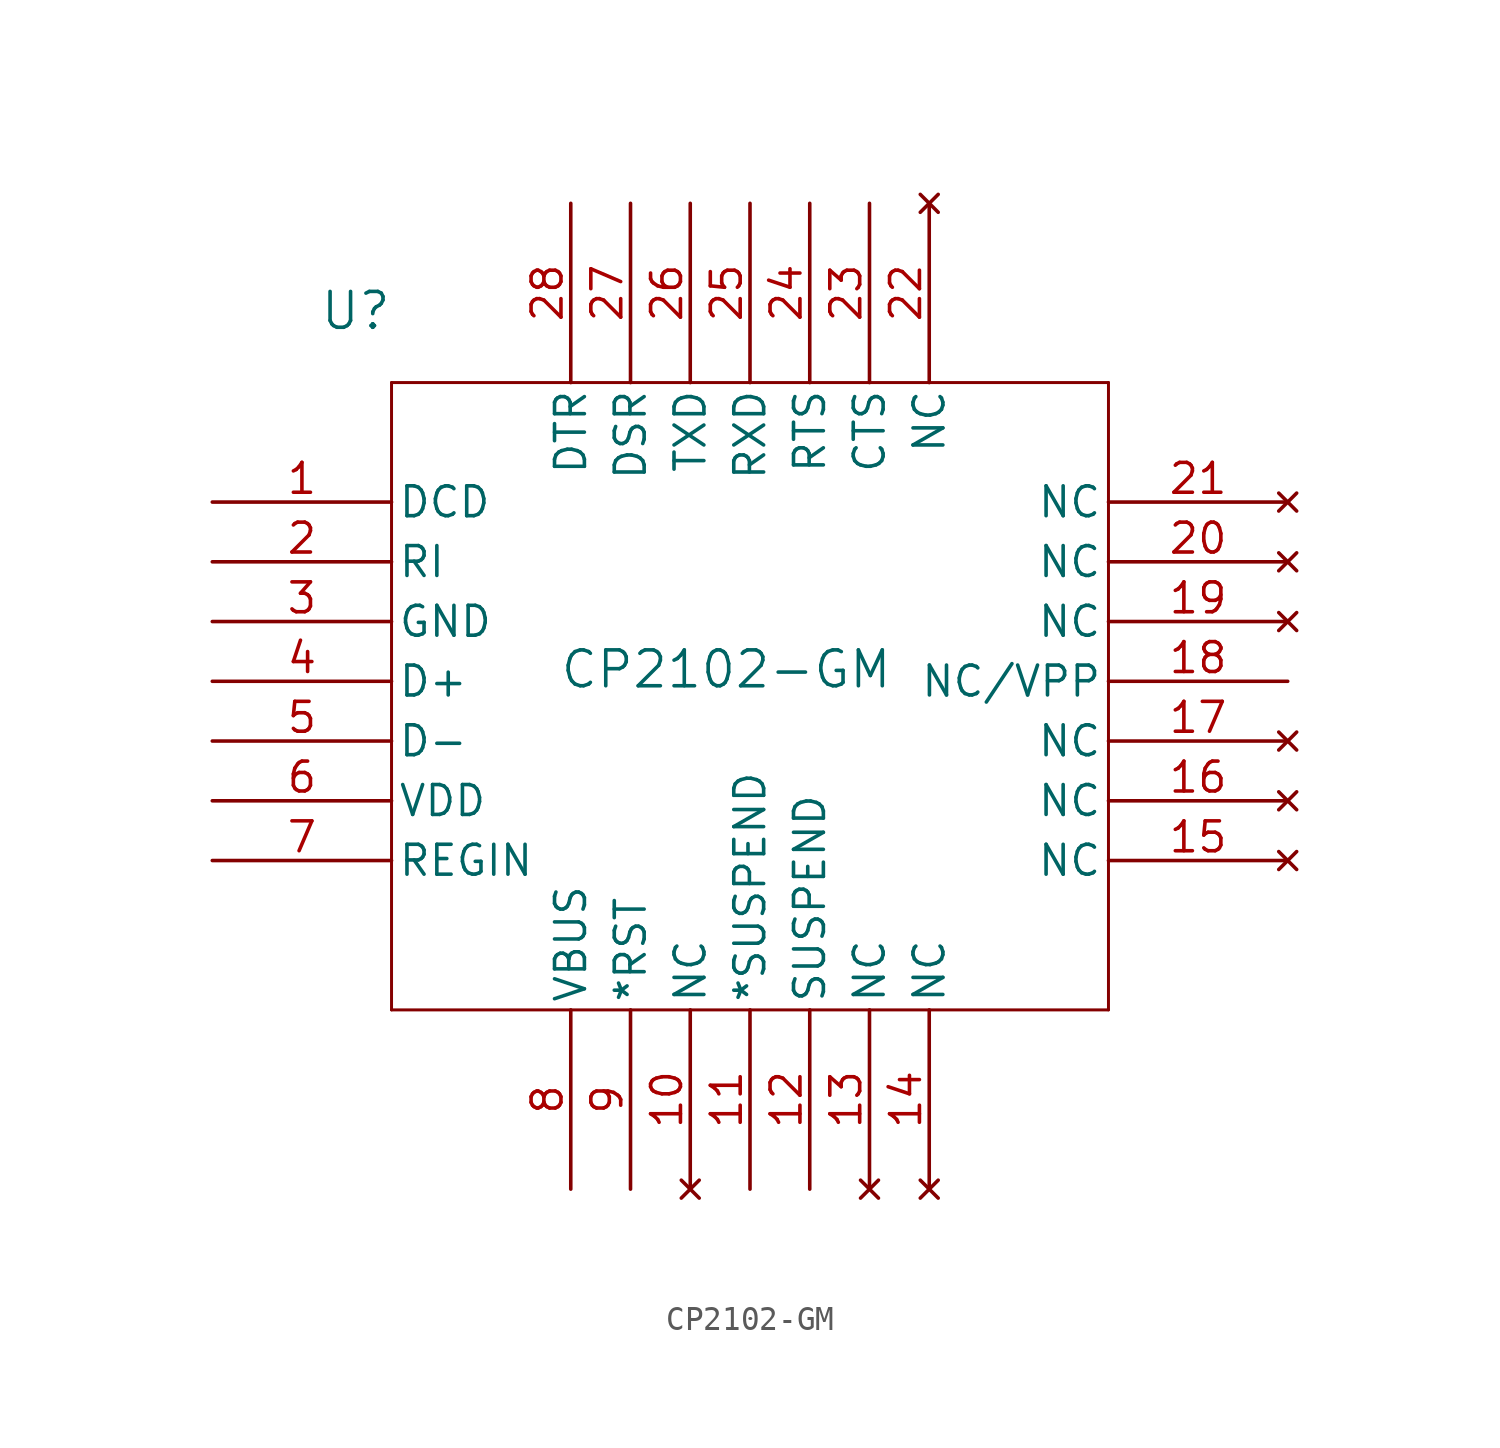
<source format=kicad_sym>
(kicad_symbol_lib
  (version 20231120)
  (generator "kicad_symbol_editor")
  (generator_version "8.0")
  (symbol "CP2102-GM"
    (pin_names
      (offset 0.254))
    (property "Reference" "U"
      (at 18.796 1.778 0)
      (effects (font (size 1.524 1.524))))
    (property "Value" "CP2102-GM"
      (at 34.544 -13.462 0)
      (effects (font (size 1.524 1.524))))
    (property "ki_locked" ""
      (at 0 0 0)
      (effects (font (size 1.27 1.27))))
    (symbol "CP2102-GM_0_1"
      (polyline (pts (xy 20.32 -27.94) (xy 50.8 -27.94)) (stroke (width 0.127) (type default)) (fill (type none)))
      (polyline (pts (xy 20.32 -1.27) (xy 20.32 -27.94)) (stroke (width 0.127) (type default)) (fill (type none)))
      (polyline (pts (xy 50.8 -27.94) (xy 50.8 -1.27)) (stroke (width 0.127) (type default)) (fill (type none)))
      (polyline (pts (xy 50.8 -1.27) (xy 20.32 -1.27)) (stroke (width 0.127) (type default)) (fill (type none)))
      (pin input line (at 12.7 -6.35 0) (length 7.62) (name "DCD" (effects (font (size 1.27 1.27)))) (number "1" (effects (font (size 1.27 1.27)))))
      (pin no_connect line (at 33.02 -35.56 90) (length 7.62) (name "NC" (effects (font (size 1.27 1.27)))) (number "10" (effects (font (size 1.27 1.27)))))
      (pin output line (at 35.56 -35.56 90) (length 7.62) (name "*SUSPEND" (effects (font (size 1.27 1.27)))) (number "11" (effects (font (size 1.27 1.27)))))
      (pin output line (at 38.1 -35.56 90) (length 7.62) (name "SUSPEND" (effects (font (size 1.27 1.27)))) (number "12" (effects (font (size 1.27 1.27)))))
      (pin no_connect line (at 40.64 -35.56 90) (length 7.62) (name "NC" (effects (font (size 1.27 1.27)))) (number "13" (effects (font (size 1.27 1.27)))))
      (pin no_connect line (at 43.18 -35.56 90) (length 7.62) (name "NC" (effects (font (size 1.27 1.27)))) (number "14" (effects (font (size 1.27 1.27)))))
      (pin no_connect line (at 58.42 -21.59 180) (length 7.62) (name "NC" (effects (font (size 1.27 1.27)))) (number "15" (effects (font (size 1.27 1.27)))))
      (pin no_connect line (at 58.42 -19.05 180) (length 7.62) (name "NC" (effects (font (size 1.27 1.27)))) (number "16" (effects (font (size 1.27 1.27)))))
      (pin no_connect line (at 58.42 -16.51 180) (length 7.62) (name "NC" (effects (font (size 1.27 1.27)))) (number "17" (effects (font (size 1.27 1.27)))))
      (pin bidirectional line (at 58.42 -13.97 180) (length 7.62) (name "NC/VPP" (effects (font (size 1.27 1.27)))) (number "18" (effects (font (size 1.27 1.27)))))
      (pin no_connect line (at 58.42 -11.43 180) (length 7.62) (name "NC" (effects (font (size 1.27 1.27)))) (number "19" (effects (font (size 1.27 1.27)))))
      (pin input line (at 12.7 -8.89 0) (length 7.62) (name "RI" (effects (font (size 1.27 1.27)))) (number "2" (effects (font (size 1.27 1.27)))))
      (pin no_connect line (at 58.42 -8.89 180) (length 7.62) (name "NC" (effects (font (size 1.27 1.27)))) (number "20" (effects (font (size 1.27 1.27)))))
      (pin no_connect line (at 58.42 -6.35 180) (length 7.62) (name "NC" (effects (font (size 1.27 1.27)))) (number "21" (effects (font (size 1.27 1.27)))))
      (pin no_connect line (at 43.18 6.35 270) (length 7.62) (name "NC" (effects (font (size 1.27 1.27)))) (number "22" (effects (font (size 1.27 1.27)))))
      (pin input line (at 40.64 6.35 270) (length 7.62) (name "CTS" (effects (font (size 1.27 1.27)))) (number "23" (effects (font (size 1.27 1.27)))))
      (pin output line (at 38.1 6.35 270) (length 7.62) (name "RTS" (effects (font (size 1.27 1.27)))) (number "24" (effects (font (size 1.27 1.27)))))
      (pin input line (at 35.56 6.35 270) (length 7.62) (name "RXD" (effects (font (size 1.27 1.27)))) (number "25" (effects (font (size 1.27 1.27)))))
      (pin output line (at 33.02 6.35 270) (length 7.62) (name "TXD" (effects (font (size 1.27 1.27)))) (number "26" (effects (font (size 1.27 1.27)))))
      (pin input line (at 30.48 6.35 270) (length 7.62) (name "DSR" (effects (font (size 1.27 1.27)))) (number "27" (effects (font (size 1.27 1.27)))))
      (pin output line (at 27.94 6.35 270) (length 7.62) (name "DTR" (effects (font (size 1.27 1.27)))) (number "28" (effects (font (size 1.27 1.27)))))
      (pin power_in line (at 12.7 -11.43 0) (length 7.62) (name "GND" (effects (font (size 1.27 1.27)))) (number "3" (effects (font (size 1.27 1.27)))))
      (pin bidirectional line (at 12.7 -13.97 0) (length 7.62) (name "D+" (effects (font (size 1.27 1.27)))) (number "4" (effects (font (size 1.27 1.27)))))
      (pin bidirectional line (at 12.7 -16.51 0) (length 7.62) (name "D-" (effects (font (size 1.27 1.27)))) (number "5" (effects (font (size 1.27 1.27)))))
      (pin power_in line (at 12.7 -19.05 0) (length 7.62) (name "VDD" (effects (font (size 1.27 1.27)))) (number "6" (effects (font (size 1.27 1.27)))))
      (pin input line (at 12.7 -21.59 0) (length 7.62) (name "REGIN" (effects (font (size 1.27 1.27)))) (number "7" (effects (font (size 1.27 1.27)))))
      (pin input line (at 27.94 -35.56 90) (length 7.62) (name "VBUS" (effects (font (size 1.27 1.27)))) (number "8" (effects (font (size 1.27 1.27)))))
      (pin bidirectional line (at 30.48 -35.56 90) (length 7.62) (name "*RST" (effects (font (size 1.27 1.27)))) (number "9" (effects (font (size 1.27 1.27))))))))
</source>
